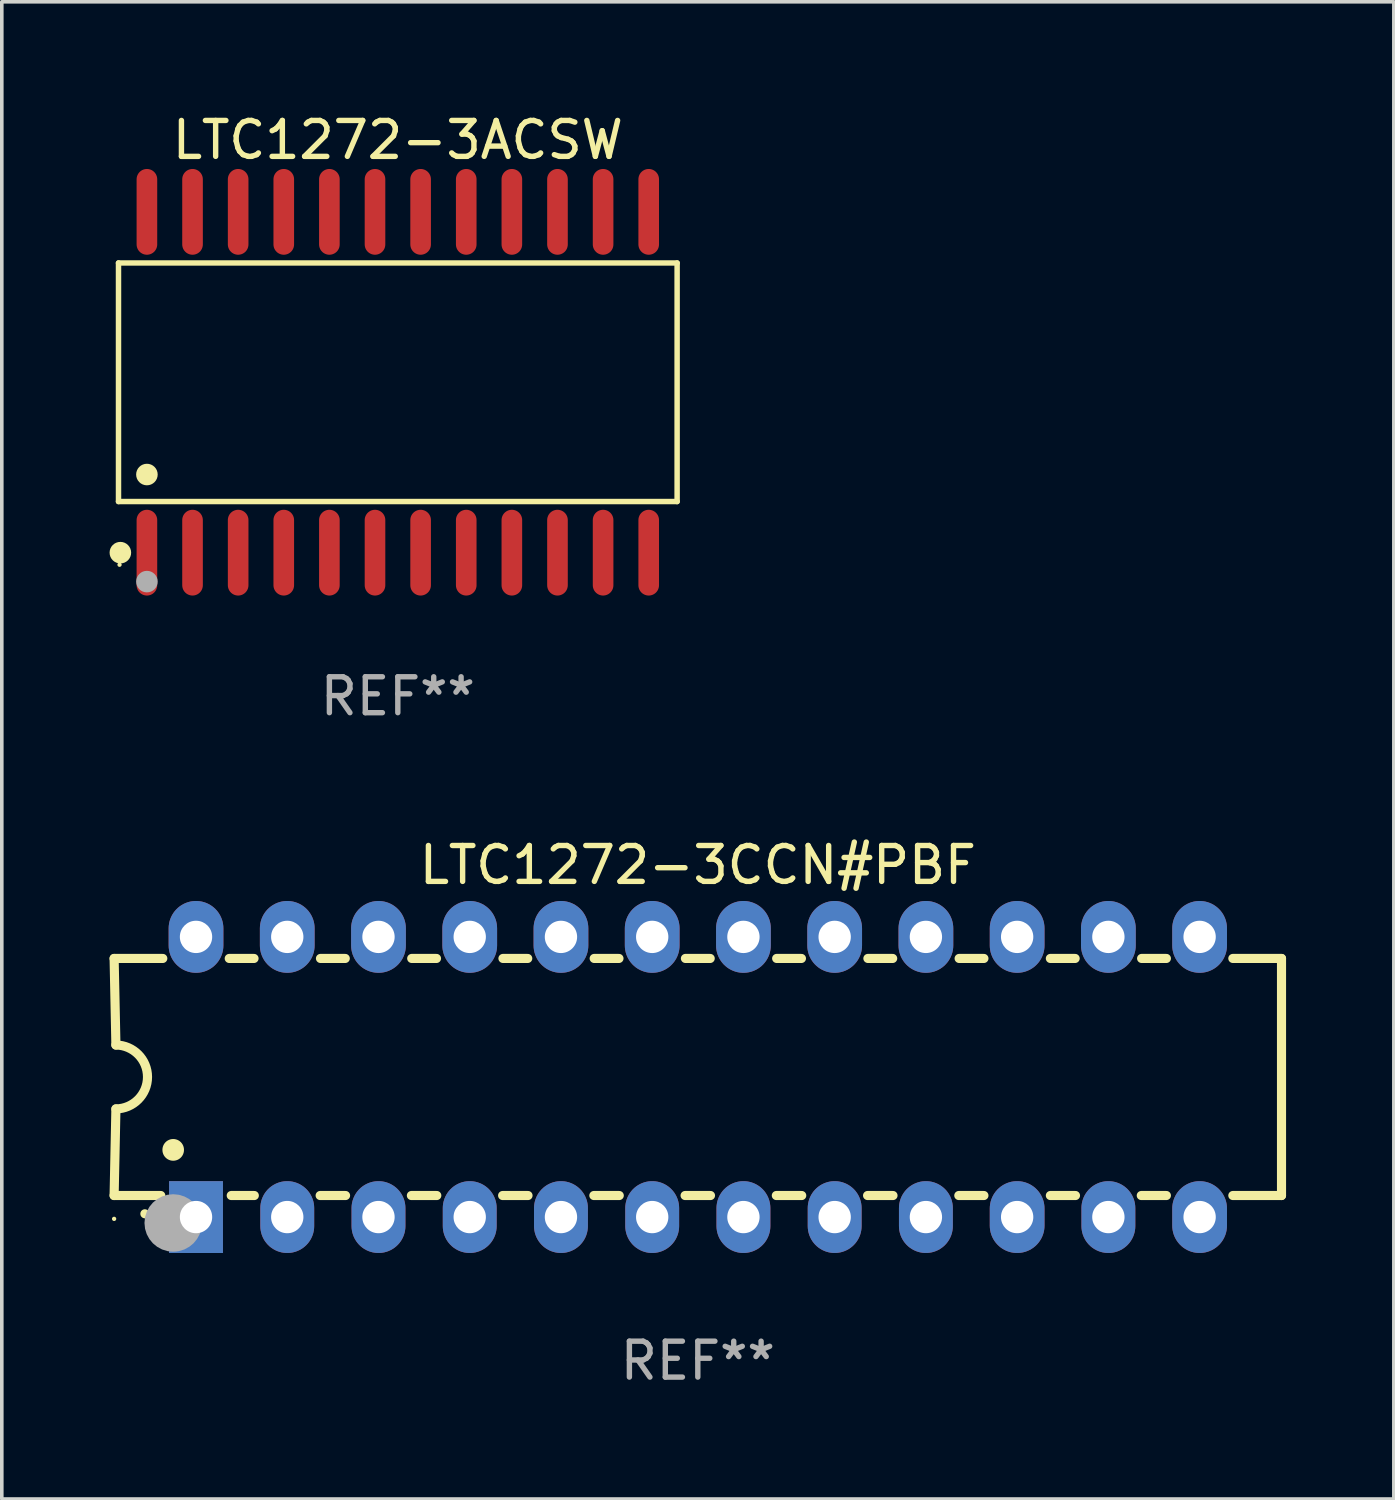
<source format=kicad_pcb>
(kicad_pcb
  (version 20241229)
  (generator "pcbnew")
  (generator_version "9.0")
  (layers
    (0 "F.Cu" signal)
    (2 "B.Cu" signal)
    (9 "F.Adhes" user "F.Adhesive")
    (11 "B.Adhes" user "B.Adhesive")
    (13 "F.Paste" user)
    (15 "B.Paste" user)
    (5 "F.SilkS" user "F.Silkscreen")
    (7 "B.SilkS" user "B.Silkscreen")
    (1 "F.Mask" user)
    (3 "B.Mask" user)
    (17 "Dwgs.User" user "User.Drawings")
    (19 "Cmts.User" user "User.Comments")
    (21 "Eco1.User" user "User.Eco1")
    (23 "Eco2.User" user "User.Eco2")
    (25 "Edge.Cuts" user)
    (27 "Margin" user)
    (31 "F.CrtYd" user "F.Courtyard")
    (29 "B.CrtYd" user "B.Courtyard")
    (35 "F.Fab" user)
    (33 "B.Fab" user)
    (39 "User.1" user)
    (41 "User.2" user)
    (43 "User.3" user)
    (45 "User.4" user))
  (footprint "LTC1272-3CCN#PBF"
    (layer "F.Cu")
    (at 16.377 26.933)
    (property "Reference" "LTC1272-3CCN#PBF" (at 0 -5.9 0) (layer "F.SilkS") (effects (font (size 1 1) (thickness 0.15))))
    (attr through_hole)
    (fp_line (start -16.25 -3.3) (end -16.2 -0.889) (stroke (width 0.254) (type solid)) (layer "F.SilkS"))
    (fp_line (start -16.25 -3.3) (end -14.895 -3.3) (stroke (width 0.254) (type solid)) (layer "F.SilkS"))
    (fp_line (start -16.25 3.3) (end -16.2 0.889) (stroke (width 0.254) (type solid)) (layer "F.SilkS"))
    (fp_line (start -16.25 3.3) (end -14.951 3.3) (stroke (width 0.254) (type solid)) (layer "F.SilkS"))
    (fp_line (start -13.045 -3.3) (end -12.355 -3.3) (stroke (width 0.254) (type solid)) (layer "F.SilkS"))
    (fp_line (start -12.989 3.3) (end -12.347 3.3) (stroke (width 0.254) (type solid)) (layer "F.SilkS"))
    (fp_line (start -10.514 3.3) (end -9.807 3.3) (stroke (width 0.254) (type solid)) (layer "F.SilkS"))
    (fp_line (start -10.505 -3.3) (end -9.815 -3.3) (stroke (width 0.254) (type solid)) (layer "F.SilkS"))
    (fp_line (start -7.974 3.3) (end -7.267 3.3) (stroke (width 0.254) (type solid)) (layer "F.SilkS"))
    (fp_line (start -7.965 -3.3) (end -7.275 -3.3) (stroke (width 0.254) (type solid)) (layer "F.SilkS"))
    (fp_line (start -5.434 3.3) (end -4.727 3.3) (stroke (width 0.254) (type solid)) (layer "F.SilkS"))
    (fp_line (start -5.425 -3.3) (end -4.735 -3.3) (stroke (width 0.254) (type solid)) (layer "F.SilkS"))
    (fp_line (start -2.894 3.3) (end -2.187 3.3) (stroke (width 0.254) (type solid)) (layer "F.SilkS"))
    (fp_line (start -2.885 -3.3) (end -2.195 -3.3) (stroke (width 0.254) (type solid)) (layer "F.SilkS"))
    (fp_line (start -0.354 3.3) (end 0.353 3.3) (stroke (width 0.254) (type solid)) (layer "F.SilkS"))
    (fp_line (start -0.345 -3.3) (end 0.345 -3.3) (stroke (width 0.254) (type solid)) (layer "F.SilkS"))
    (fp_line (start 2.186 3.3) (end 2.893 3.3) (stroke (width 0.254) (type solid)) (layer "F.SilkS"))
    (fp_line (start 2.195 -3.3) (end 2.885 -3.3) (stroke (width 0.254) (type solid)) (layer "F.SilkS"))
    (fp_line (start 4.726 3.3) (end 5.434 3.3) (stroke (width 0.254) (type solid)) (layer "F.SilkS"))
    (fp_line (start 4.735 -3.3) (end 5.425 -3.3) (stroke (width 0.254) (type solid)) (layer "F.SilkS"))
    (fp_line (start 7.266 3.3) (end 7.965 3.3) (stroke (width 0.254) (type solid)) (layer "F.SilkS"))
    (fp_line (start 7.275 -3.3) (end 7.965 -3.3) (stroke (width 0.254) (type solid)) (layer "F.SilkS"))
    (fp_line (start 9.815 -3.3) (end 10.505 -3.3) (stroke (width 0.254) (type solid)) (layer "F.SilkS"))
    (fp_line (start 9.815 3.3) (end 10.514 3.3) (stroke (width 0.254) (type solid)) (layer "F.SilkS"))
    (fp_line (start 12.346 3.3) (end 13.045 3.3) (stroke (width 0.254) (type solid)) (layer "F.SilkS"))
    (fp_line (start 12.355 -3.3) (end 13.045 -3.3) (stroke (width 0.254) (type solid)) (layer "F.SilkS"))
    (fp_line (start 16.25 -3.3) (end 14.895 -3.3) (stroke (width 0.254) (type solid)) (layer "F.SilkS"))
    (fp_line (start 16.25 -3.3) (end 16.25 3.3) (stroke (width 0.254) (type solid)) (layer "F.SilkS"))
    (fp_line (start 16.25 3.3) (end 14.895 3.3) (stroke (width 0.254) (type solid)) (layer "F.SilkS"))
    (fp_arc (start -16.201016 -0.890146) (mid -15.311429 -0.001055) (end -16.200025 0.889027) (stroke (width 0.254001) (type solid)) (layer "F.SilkS"))
    (fp_arc (start -15.394971 3.810033) (mid -15.394978 3.808763) (end -15.394971 3.807493) (stroke (width 0.25) (type solid)) (layer "F.SilkS"))
    (fp_arc (start -14.605029 2.032029) (mid -14.60504 2.029489) (end -14.605029 2.026949) (stroke (width 0.6) (type solid)) (layer "F.SilkS"))
    (fp_circle (center -16.25 3.95) (end -16.22 3.95) (stroke (width 0.06) (type solid)) (fill no) (layer "F.SilkS"))
    (fp_circle (center -14.605 4.064) (end -14.205 4.064) (stroke (width 0.8) (type solid)) (fill no) (layer "F.Fab"))
    (fp_text user "REF**" (at 0 7.9 0) (layer "F.Fab") (effects (font (size 1 1) (thickness 0.15))))
    (pad "1" thru_hole rect (at -13.97 3.9 90) (size 2 1.5) (drill 0.9) (layers "*.Cu" "*.Mask"))
    (pad "2" thru_hole oval (at -11.43 3.9 90) (size 2 1.5) (drill 0.9) (layers "*.Cu" "*.Mask"))
    (pad "3" thru_hole oval (at -8.89 3.9 90) (size 2 1.5) (drill 0.9) (layers "*.Cu" "*.Mask"))
    (pad "4" thru_hole oval (at -6.35 3.9 90) (size 2 1.5) (drill 0.9) (layers "*.Cu" "*.Mask"))
    (pad "5" thru_hole oval (at -3.81 3.9 90) (size 2 1.5) (drill 0.9) (layers "*.Cu" "*.Mask"))
    (pad "6" thru_hole oval (at -1.27 3.9 90) (size 2 1.5) (drill 0.9) (layers "*.Cu" "*.Mask"))
    (pad "7" thru_hole oval (at 1.27 3.9 90) (size 2 1.5) (drill 0.9) (layers "*.Cu" "*.Mask"))
    (pad "8" thru_hole oval (at 3.81 3.9 90) (size 2 1.5) (drill 0.9) (layers "*.Cu" "*.Mask"))
    (pad "9" thru_hole oval (at 6.35 3.9 90) (size 2 1.5) (drill 0.9) (layers "*.Cu" "*.Mask"))
    (pad "10" thru_hole oval (at 8.89 3.9 90) (size 2 1.524) (drill 0.9) (layers "*.Cu" "*.Mask"))
    (pad "11" thru_hole oval (at 11.43 3.9 90) (size 2 1.5) (drill 0.9) (layers "*.Cu" "*.Mask"))
    (pad "12" thru_hole oval (at 13.97 3.9 90) (size 2 1.524) (drill 0.9) (layers "*.Cu" "*.Mask"))
    (pad "13" thru_hole oval (at 13.97 -3.9 90) (size 2 1.524) (drill 0.9) (layers "*.Cu" "*.Mask"))
    (pad "14" thru_hole oval (at 11.43 -3.9 90) (size 2 1.524) (drill 0.9) (layers "*.Cu" "*.Mask"))
    (pad "15" thru_hole oval (at 8.89 -3.9 90) (size 2 1.524) (drill 0.9) (layers "*.Cu" "*.Mask"))
    (pad "16" thru_hole oval (at 6.35 -3.9 90) (size 2 1.524) (drill 0.9) (layers "*.Cu" "*.Mask"))
    (pad "17" thru_hole oval (at 3.81 -3.9 90) (size 2 1.524) (drill 0.9) (layers "*.Cu" "*.Mask"))
    (pad "18" thru_hole oval (at 1.27 -3.9 90) (size 2 1.524) (drill 0.9) (layers "*.Cu" "*.Mask"))
    (pad "19" thru_hole oval (at -1.27 -3.9 90) (size 2 1.524) (drill 0.9) (layers "*.Cu" "*.Mask"))
    (pad "20" thru_hole oval (at -3.81 -3.9 90) (size 2 1.524) (drill 0.9) (layers "*.Cu" "*.Mask"))
    (pad "21" thru_hole oval (at -6.35 -3.9 90) (size 2 1.524) (drill 0.9) (layers "*.Cu" "*.Mask"))
    (pad "22" thru_hole oval (at -8.89 -3.9 90) (size 2 1.524) (drill 0.9) (layers "*.Cu" "*.Mask"))
    (pad "23" thru_hole oval (at -11.43 -3.9 90) (size 2 1.524) (drill 0.9) (layers "*.Cu" "*.Mask"))
    (pad "24" thru_hole oval (at -13.97 -3.9 90) (size 2 1.524) (drill 0.9) (layers "*.Cu" "*.Mask")))
  (footprint "LTC1272-3ACSW"
    (layer "F.Cu")
    (at 8.025 7.592)
    (property "Reference" "LTC1272-3ACSW" (at 0 -6.744 0) (layer "F.SilkS") (effects (font (size 1 1) (thickness 0.15))))
    (attr through_hole)
    (fp_line (start -7.776 -3.321) (end 7.776 -3.321) (stroke (width 0.152) (type solid)) (layer "F.SilkS"))
    (fp_line (start -7.776 3.321) (end -7.776 -3.321) (stroke (width 0.152) (type solid)) (layer "F.SilkS"))
    (fp_line (start 7.776 -3.321) (end 7.776 3.321) (stroke (width 0.152) (type solid)) (layer "F.SilkS"))
    (fp_line (start 7.776 3.321) (end -7.776 3.321) (stroke (width 0.152) (type solid)) (layer "F.SilkS"))
    (fp_circle (center -7.747 5.08) (end -7.717 5.08) (stroke (width 0.06) (type solid)) (fill no) (layer "F.SilkS"))
    (fp_circle (center -7.724 4.744) (end -7.574 4.744) (stroke (width 0.3) (type solid)) (fill no) (layer "F.SilkS"))
    (fp_circle (center -6.985 2.569) (end -6.835 2.569) (stroke (width 0.3) (type solid)) (fill no) (layer "F.SilkS"))
    (fp_circle (center -6.985 5.55) (end -6.835 5.55) (stroke (width 0.3) (type solid)) (fill no) (layer "F.Fab"))
    (fp_text user "REF**" (at 0 8.744 0) (layer "F.Fab") (effects (font (size 1 1) (thickness 0.15))))
    (pad "1" smd oval (at -6.985 4.744) (size 0.574 2.388) (layers "F.Cu" "F.Mask" "F.Paste"))
    (pad "2" smd oval (at -5.715 4.744) (size 0.574 2.388) (layers "F.Cu" "F.Mask" "F.Paste"))
    (pad "3" smd oval (at -4.445 4.744) (size 0.574 2.388) (layers "F.Cu" "F.Mask" "F.Paste"))
    (pad "4" smd oval (at -3.175 4.744) (size 0.574 2.388) (layers "F.Cu" "F.Mask" "F.Paste"))
    (pad "5" smd oval (at -1.905 4.744) (size 0.574 2.388) (layers "F.Cu" "F.Mask" "F.Paste"))
    (pad "6" smd oval (at -0.635 4.744) (size 0.574 2.388) (layers "F.Cu" "F.Mask" "F.Paste"))
    (pad "7" smd oval (at 0.635 4.744) (size 0.574 2.388) (layers "F.Cu" "F.Mask" "F.Paste"))
    (pad "8" smd oval (at 1.905 4.744) (size 0.574 2.388) (layers "F.Cu" "F.Mask" "F.Paste"))
    (pad "9" smd oval (at 3.175 4.744) (size 0.574 2.388) (layers "F.Cu" "F.Mask" "F.Paste"))
    (pad "10" smd oval (at 4.445 4.744) (size 0.574 2.388) (layers "F.Cu" "F.Mask" "F.Paste"))
    (pad "11" smd oval (at 5.715 4.744) (size 0.574 2.388) (layers "F.Cu" "F.Mask" "F.Paste"))
    (pad "12" smd oval (at 6.985 4.744) (size 0.574 2.388) (layers "F.Cu" "F.Mask" "F.Paste"))
    (pad "13" smd oval (at 6.985 -4.744) (size 0.574 2.388) (layers "F.Cu" "F.Mask" "F.Paste"))
    (pad "14" smd oval (at 5.715 -4.744) (size 0.574 2.388) (layers "F.Cu" "F.Mask" "F.Paste"))
    (pad "15" smd oval (at 4.445 -4.744) (size 0.574 2.388) (layers "F.Cu" "F.Mask" "F.Paste"))
    (pad "16" smd oval (at 3.175 -4.744) (size 0.574 2.388) (layers "F.Cu" "F.Mask" "F.Paste"))
    (pad "17" smd oval (at 1.905 -4.744) (size 0.574 2.388) (layers "F.Cu" "F.Mask" "F.Paste"))
    (pad "18" smd oval (at 0.635 -4.744) (size 0.574 2.388) (layers "F.Cu" "F.Mask" "F.Paste"))
    (pad "19" smd oval (at -0.635 -4.744) (size 0.574 2.388) (layers "F.Cu" "F.Mask" "F.Paste"))
    (pad "20" smd oval (at -1.905 -4.744) (size 0.574 2.388) (layers "F.Cu" "F.Mask" "F.Paste"))
    (pad "21" smd oval (at -3.175 -4.744) (size 0.574 2.388) (layers "F.Cu" "F.Mask" "F.Paste"))
    (pad "22" smd oval (at -4.445 -4.744) (size 0.574 2.388) (layers "F.Cu" "F.Mask" "F.Paste"))
    (pad "23" smd oval (at -5.715 -4.744) (size 0.574 2.388) (layers "F.Cu" "F.Mask" "F.Paste"))
    (pad "24" smd oval (at -6.985 -4.744) (size 0.574 2.388) (layers "F.Cu" "F.Mask" "F.Paste")))
  (gr_rect
    (start -3 -3)
    (end 35.754 38.681)
    (stroke (width 0.1) (type default))
    (fill no)
    (layer "Edge.Cuts")))
</source>
